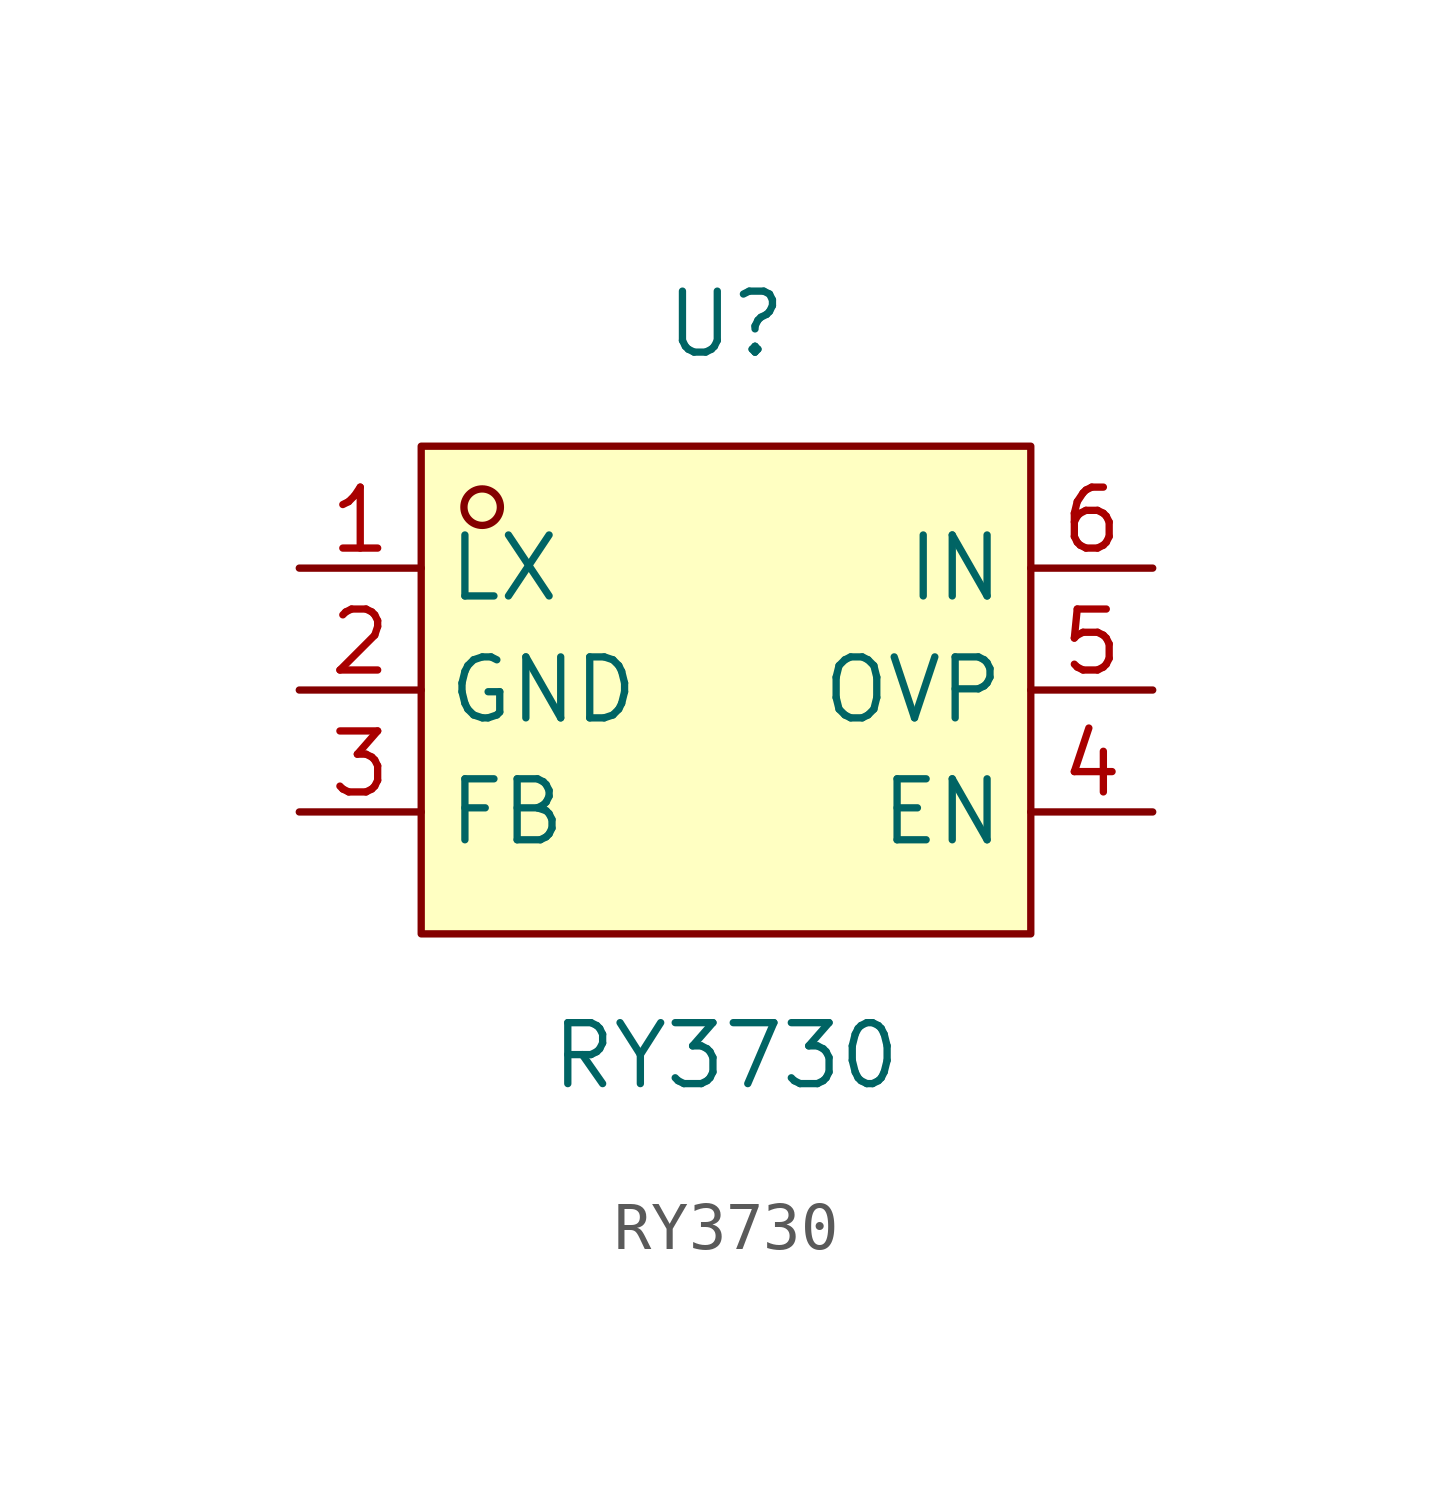
<source format=kicad_sym>
(kicad_symbol_lib
  (version 20211014)
  (generator https://github.com/uPesy/easyeda2kicad.py)
  (symbol "RY3730"
    (property "Reference" "U"
      (at 0 7.62 0)
      (effects (font (size 1.27 1.27))))
    (property "Value" "RY3730"
      (at 0 -7.62 0)
      (effects (font (size 1.27 1.27))))
    (symbol "RY3730_0_1"
      (rectangle (start -6.35 5.08) (end 6.35 -5.08) (stroke (width 0) (type default) (color 0 0 0 0)) (fill (type background)))
      (circle (center -5.08 3.81) (radius 0.38) (stroke (width 0) (type default) (color 0 0 0 0)) (fill (type none)))
      (pin unspecified line (at -8.89 2.54 0) (length 2.54) (name "LX" (effects (font (size 1.27 1.27)))) (number "1" (effects (font (size 1.27 1.27)))))
      (pin unspecified line (at -8.89 -0.00 0) (length 2.54) (name "GND" (effects (font (size 1.27 1.27)))) (number "2" (effects (font (size 1.27 1.27)))))
      (pin unspecified line (at -8.89 -2.54 0) (length 2.54) (name "FB" (effects (font (size 1.27 1.27)))) (number "3" (effects (font (size 1.27 1.27)))))
      (pin unspecified line (at 8.89 -2.54 180) (length 2.54) (name "EN" (effects (font (size 1.27 1.27)))) (number "4" (effects (font (size 1.27 1.27)))))
      (pin unspecified line (at 8.89 -0.00 180) (length 2.54) (name "OVP" (effects (font (size 1.27 1.27)))) (number "5" (effects (font (size 1.27 1.27)))))
      (pin unspecified line (at 8.89 2.54 180) (length 2.54) (name "IN" (effects (font (size 1.27 1.27)))) (number "6" (effects (font (size 1.27 1.27))))))))
</source>
